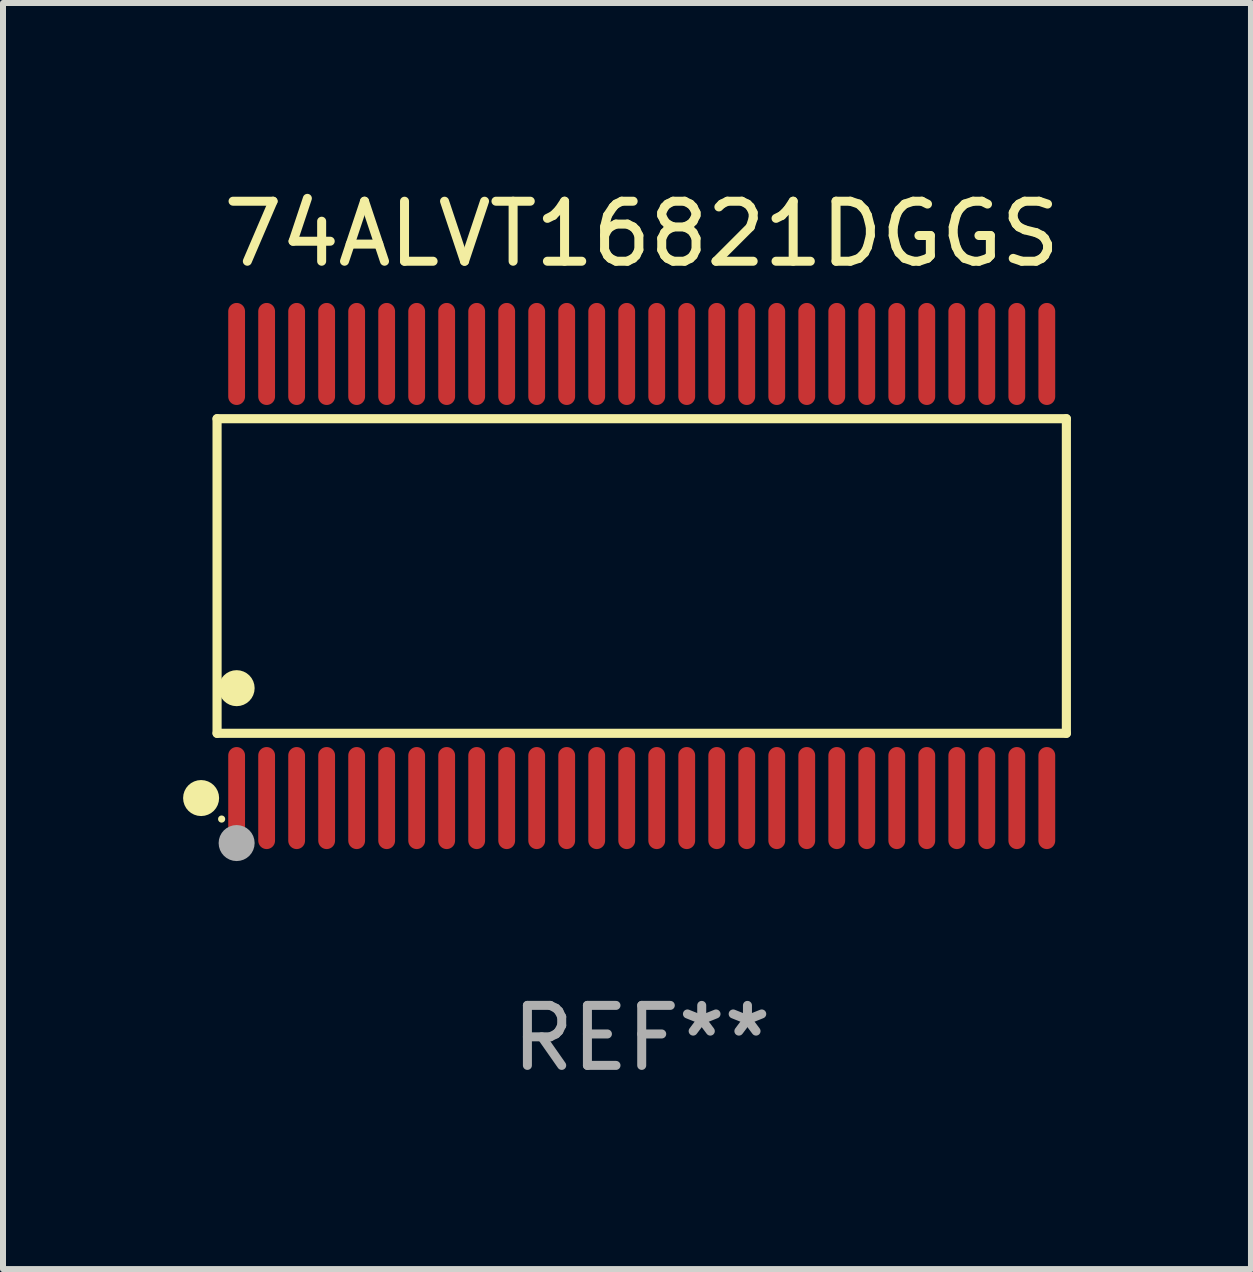
<source format=kicad_pcb>
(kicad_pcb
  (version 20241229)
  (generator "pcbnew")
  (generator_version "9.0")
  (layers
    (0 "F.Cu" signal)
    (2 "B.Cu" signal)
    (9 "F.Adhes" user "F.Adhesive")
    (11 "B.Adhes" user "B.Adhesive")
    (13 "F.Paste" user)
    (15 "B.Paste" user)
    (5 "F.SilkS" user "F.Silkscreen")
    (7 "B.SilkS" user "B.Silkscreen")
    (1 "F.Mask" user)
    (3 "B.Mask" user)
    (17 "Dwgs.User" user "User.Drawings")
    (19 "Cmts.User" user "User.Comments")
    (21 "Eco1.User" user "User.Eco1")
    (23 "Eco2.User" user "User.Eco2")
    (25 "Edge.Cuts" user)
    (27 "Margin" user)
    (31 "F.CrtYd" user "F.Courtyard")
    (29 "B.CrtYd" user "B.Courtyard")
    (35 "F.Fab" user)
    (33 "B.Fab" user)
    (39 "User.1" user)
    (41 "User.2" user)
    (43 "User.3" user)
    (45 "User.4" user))
  (footprint "74ALVT16821DGGS"
    (layer "F.Cu")
    (at 7.643 6.548)
    (property "Reference" "74ALVT16821DGGS" (at 0 -5.7 0) (layer "F.SilkS") (effects (font (size 1 1) (thickness 0.15))))
    (attr through_hole)
    (fp_line (start -7.076 -2.621) (end 7.076 -2.621) (stroke (width 0.152) (type solid)) (layer "F.SilkS"))
    (fp_line (start -7.076 2.621) (end -7.076 -2.621) (stroke (width 0.152) (type solid)) (layer "F.SilkS"))
    (fp_line (start 7.076 -2.621) (end 7.076 2.621) (stroke (width 0.152) (type solid)) (layer "F.SilkS"))
    (fp_line (start 7.076 2.621) (end -7.076 2.621) (stroke (width 0.152) (type solid)) (layer "F.SilkS"))
    (fp_circle (center -7.342 3.7) (end -7.192 3.7) (stroke (width 0.3) (type solid)) (fill no) (layer "F.SilkS"))
    (fp_circle (center -7 4.05) (end -6.97 4.05) (stroke (width 0.06) (type solid)) (fill no) (layer "F.SilkS"))
    (fp_circle (center -6.75 1.869) (end -6.6 1.869) (stroke (width 0.3) (type solid)) (fill no) (layer "F.SilkS"))
    (fp_circle (center -6.75 4.45) (end -6.6 4.45) (stroke (width 0.3) (type solid)) (fill no) (layer "F.Fab"))
    (fp_text user "REF**" (at 0 7.7 0) (layer "F.Fab") (effects (font (size 1 1) (thickness 0.15))))
    (pad "1" smd oval (at -6.75 3.7) (size 0.28 1.7) (layers "F.Cu" "F.Mask" "F.Paste"))
    (pad "2" smd oval (at -6.25 3.7) (size 0.28 1.7) (layers "F.Cu" "F.Mask" "F.Paste"))
    (pad "3" smd oval (at -5.75 3.7) (size 0.28 1.7) (layers "F.Cu" "F.Mask" "F.Paste"))
    (pad "4" smd oval (at -5.25 3.7) (size 0.28 1.7) (layers "F.Cu" "F.Mask" "F.Paste"))
    (pad "5" smd oval (at -4.75 3.7) (size 0.28 1.7) (layers "F.Cu" "F.Mask" "F.Paste"))
    (pad "6" smd oval (at -4.25 3.7) (size 0.28 1.7) (layers "F.Cu" "F.Mask" "F.Paste"))
    (pad "7" smd oval (at -3.75 3.7) (size 0.28 1.7) (layers "F.Cu" "F.Mask" "F.Paste"))
    (pad "8" smd oval (at -3.25 3.7) (size 0.28 1.7) (layers "F.Cu" "F.Mask" "F.Paste"))
    (pad "9" smd oval (at -2.75 3.7) (size 0.28 1.7) (layers "F.Cu" "F.Mask" "F.Paste"))
    (pad "10" smd oval (at -2.25 3.7) (size 0.28 1.7) (layers "F.Cu" "F.Mask" "F.Paste"))
    (pad "11" smd oval (at -1.75 3.7) (size 0.28 1.7) (layers "F.Cu" "F.Mask" "F.Paste"))
    (pad "12" smd oval (at -1.25 3.7) (size 0.28 1.7) (layers "F.Cu" "F.Mask" "F.Paste"))
    (pad "13" smd oval (at -0.75 3.7) (size 0.28 1.7) (layers "F.Cu" "F.Mask" "F.Paste"))
    (pad "14" smd oval (at -0.25 3.7) (size 0.28 1.7) (layers "F.Cu" "F.Mask" "F.Paste"))
    (pad "15" smd oval (at 0.25 3.7) (size 0.28 1.7) (layers "F.Cu" "F.Mask" "F.Paste"))
    (pad "16" smd oval (at 0.75 3.7) (size 0.28 1.7) (layers "F.Cu" "F.Mask" "F.Paste"))
    (pad "17" smd oval (at 1.25 3.7) (size 0.28 1.7) (layers "F.Cu" "F.Mask" "F.Paste"))
    (pad "18" smd oval (at 1.75 3.7) (size 0.28 1.7) (layers "F.Cu" "F.Mask" "F.Paste"))
    (pad "19" smd oval (at 2.25 3.7) (size 0.28 1.7) (layers "F.Cu" "F.Mask" "F.Paste"))
    (pad "20" smd oval (at 2.75 3.7) (size 0.28 1.7) (layers "F.Cu" "F.Mask" "F.Paste"))
    (pad "21" smd oval (at 3.25 3.7) (size 0.28 1.7) (layers "F.Cu" "F.Mask" "F.Paste"))
    (pad "22" smd oval (at 3.75 3.7) (size 0.28 1.7) (layers "F.Cu" "F.Mask" "F.Paste"))
    (pad "23" smd oval (at 4.25 3.7) (size 0.28 1.7) (layers "F.Cu" "F.Mask" "F.Paste"))
    (pad "24" smd oval (at 4.75 3.7) (size 0.28 1.7) (layers "F.Cu" "F.Mask" "F.Paste"))
    (pad "25" smd oval (at 5.25 3.7) (size 0.28 1.7) (layers "F.Cu" "F.Mask" "F.Paste"))
    (pad "26" smd oval (at 5.75 3.7) (size 0.28 1.7) (layers "F.Cu" "F.Mask" "F.Paste"))
    (pad "27" smd oval (at 6.25 3.7) (size 0.28 1.7) (layers "F.Cu" "F.Mask" "F.Paste"))
    (pad "28" smd oval (at 6.75 3.7) (size 0.28 1.7) (layers "F.Cu" "F.Mask" "F.Paste"))
    (pad "29" smd oval (at 6.75 -3.7) (size 0.28 1.7) (layers "F.Cu" "F.Mask" "F.Paste"))
    (pad "30" smd oval (at 6.25 -3.7) (size 0.28 1.7) (layers "F.Cu" "F.Mask" "F.Paste"))
    (pad "31" smd oval (at 5.75 -3.7) (size 0.28 1.7) (layers "F.Cu" "F.Mask" "F.Paste"))
    (pad "32" smd oval (at 5.25 -3.7) (size 0.28 1.7) (layers "F.Cu" "F.Mask" "F.Paste"))
    (pad "33" smd oval (at 4.75 -3.7) (size 0.28 1.7) (layers "F.Cu" "F.Mask" "F.Paste"))
    (pad "34" smd oval (at 4.25 -3.7) (size 0.28 1.7) (layers "F.Cu" "F.Mask" "F.Paste"))
    (pad "35" smd oval (at 3.75 -3.7) (size 0.28 1.7) (layers "F.Cu" "F.Mask" "F.Paste"))
    (pad "36" smd oval (at 3.25 -3.7) (size 0.28 1.7) (layers "F.Cu" "F.Mask" "F.Paste"))
    (pad "37" smd oval (at 2.75 -3.7) (size 0.28 1.7) (layers "F.Cu" "F.Mask" "F.Paste"))
    (pad "38" smd oval (at 2.25 -3.7) (size 0.28 1.7) (layers "F.Cu" "F.Mask" "F.Paste"))
    (pad "39" smd oval (at 1.75 -3.7) (size 0.28 1.7) (layers "F.Cu" "F.Mask" "F.Paste"))
    (pad "40" smd oval (at 1.25 -3.7) (size 0.28 1.7) (layers "F.Cu" "F.Mask" "F.Paste"))
    (pad "41" smd oval (at 0.75 -3.7) (size 0.28 1.7) (layers "F.Cu" "F.Mask" "F.Paste"))
    (pad "42" smd oval (at 0.25 -3.7) (size 0.28 1.7) (layers "F.Cu" "F.Mask" "F.Paste"))
    (pad "43" smd oval (at -0.25 -3.7) (size 0.28 1.7) (layers "F.Cu" "F.Mask" "F.Paste"))
    (pad "44" smd oval (at -0.75 -3.7) (size 0.28 1.7) (layers "F.Cu" "F.Mask" "F.Paste"))
    (pad "45" smd oval (at -1.25 -3.7) (size 0.28 1.7) (layers "F.Cu" "F.Mask" "F.Paste"))
    (pad "46" smd oval (at -1.75 -3.7) (size 0.28 1.7) (layers "F.Cu" "F.Mask" "F.Paste"))
    (pad "47" smd oval (at -2.25 -3.7) (size 0.28 1.7) (layers "F.Cu" "F.Mask" "F.Paste"))
    (pad "48" smd oval (at -2.75 -3.7) (size 0.28 1.7) (layers "F.Cu" "F.Mask" "F.Paste"))
    (pad "49" smd oval (at -3.25 -3.7) (size 0.28 1.7) (layers "F.Cu" "F.Mask" "F.Paste"))
    (pad "50" smd oval (at -3.75 -3.7) (size 0.28 1.7) (layers "F.Cu" "F.Mask" "F.Paste"))
    (pad "51" smd oval (at -4.25 -3.7) (size 0.28 1.7) (layers "F.Cu" "F.Mask" "F.Paste"))
    (pad "52" smd oval (at -4.75 -3.7) (size 0.28 1.7) (layers "F.Cu" "F.Mask" "F.Paste"))
    (pad "53" smd oval (at -5.25 -3.7) (size 0.28 1.7) (layers "F.Cu" "F.Mask" "F.Paste"))
    (pad "54" smd oval (at -5.75 -3.7) (size 0.28 1.7) (layers "F.Cu" "F.Mask" "F.Paste"))
    (pad "55" smd oval (at -6.25 -3.7) (size 0.28 1.7) (layers "F.Cu" "F.Mask" "F.Paste"))
    (pad "56" smd oval (at -6.75 -3.7) (size 0.28 1.7) (layers "F.Cu" "F.Mask" "F.Paste")))
  (gr_rect
    (start -3 -3)
    (end 17.795 18.097)
    (stroke (width 0.1) (type default))
    (fill no)
    (layer "Edge.Cuts")))
</source>
